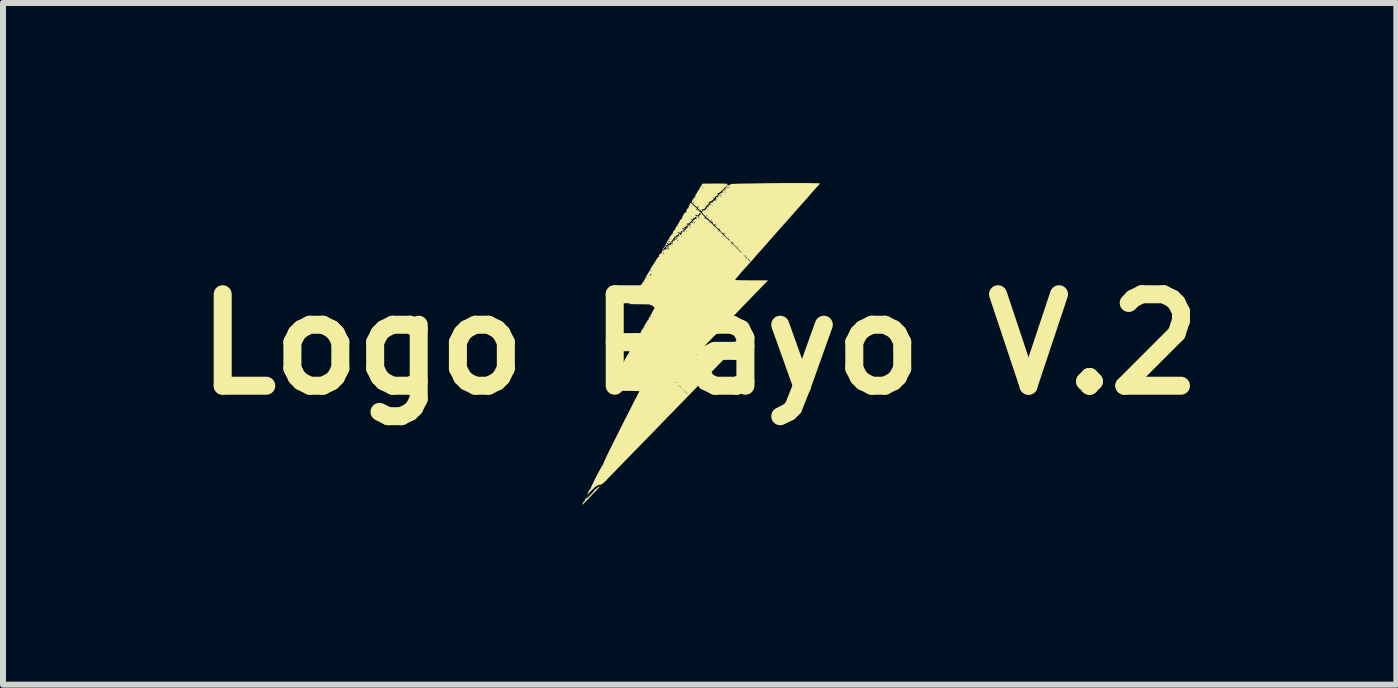
<source format=kicad_pcb>
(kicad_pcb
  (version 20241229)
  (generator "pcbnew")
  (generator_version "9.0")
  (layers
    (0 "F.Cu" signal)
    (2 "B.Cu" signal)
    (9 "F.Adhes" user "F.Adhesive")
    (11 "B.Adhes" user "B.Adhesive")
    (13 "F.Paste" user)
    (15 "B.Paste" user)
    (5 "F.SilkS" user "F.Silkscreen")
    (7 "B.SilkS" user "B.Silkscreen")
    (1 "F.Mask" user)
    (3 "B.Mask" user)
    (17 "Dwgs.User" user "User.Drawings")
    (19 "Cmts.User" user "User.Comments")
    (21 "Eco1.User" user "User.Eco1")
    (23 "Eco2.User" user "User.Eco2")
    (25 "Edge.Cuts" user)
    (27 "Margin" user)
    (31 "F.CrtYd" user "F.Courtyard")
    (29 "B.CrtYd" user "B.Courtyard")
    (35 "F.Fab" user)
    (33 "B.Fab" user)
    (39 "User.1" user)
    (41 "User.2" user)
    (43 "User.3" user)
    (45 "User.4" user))
  (footprint "Logo Rayo V.2"
    (layer "F.Cu")
    (at 8.607 2.687)
    (property "Reference" "Logo Rayo V.2" (at 0 0 0) (layer "F.SilkS") (effects (font (size 1.524 1.524) (thickness 0.3))))
    (attr board_only exclude_from_pos_files exclude_from_bom)
    (fp_poly (pts (xy -1.877 2.538) (xy -1.882 2.543) (xy -1.887 2.538) (xy -1.882 2.534)) (stroke (width 0) (type solid)) (fill yes) (layer "F.SilkS"))
    (fp_poly (pts (xy -1.859 2.52) (xy -1.864 2.525) (xy -1.868 2.52) (xy -1.864 2.515)) (stroke (width 0) (type solid)) (fill yes) (layer "F.SilkS"))
    (fp_poly (pts (xy -0.602 0.433) (xy -0.606 0.437) (xy -0.611 0.433) (xy -0.606 0.428)) (stroke (width 0) (type solid)) (fill yes) (layer "F.SilkS"))
    (fp_poly (pts (xy -0.374 -1.773) (xy -0.378 -1.768) (xy -0.383 -1.773) (xy -0.378 -1.777)) (stroke (width 0) (type solid)) (fill yes) (layer "F.SilkS"))
    (fp_poly (pts (xy -0.155 -1.991) (xy -0.159 -1.987) (xy -0.164 -1.991) (xy -0.159 -1.996)) (stroke (width 0) (type solid)) (fill yes) (layer "F.SilkS"))
    (fp_poly (pts (xy -0.027 -2.283) (xy -0.032 -2.278) (xy -0.036 -2.283) (xy -0.032 -2.288)) (stroke (width 0) (type solid)) (fill yes) (layer "F.SilkS"))
    (fp_poly (pts (xy -0.009 -2.137) (xy -0.014 -2.133) (xy -0.018 -2.137) (xy -0.014 -2.142)) (stroke (width 0) (type solid)) (fill yes) (layer "F.SilkS"))
    (fp_poly (pts (xy 0.237 -2.438) (xy 0.232 -2.433) (xy 0.228 -2.438) (xy 0.232 -2.442)) (stroke (width 0) (type solid)) (fill yes) (layer "F.SilkS"))
    (fp_poly (pts (xy 0.096 -2.285) (xy 0.103 -2.28) (xy 0.117 -2.266) (xy 0.117 -2.26) (xy 0.115 -2.26) (xy 0.107 -2.266) (xy 0.099 -2.276) (xy 0.091 -2.287)) (stroke (width 0) (type solid)) (fill yes) (layer "F.SilkS"))
    (fp_poly (pts (xy 0.271 -2.419) (xy 0.265 -2.413) (xy 0.252 -2.399) (xy 0.246 -2.399) (xy 0.246 -2.4) (xy 0.252 -2.408) (xy 0.262 -2.416) (xy 0.273 -2.424)) (stroke (width 0) (type solid)) (fill yes) (layer "F.SilkS"))
    (fp_poly (pts (xy -0.452 -1.706) (xy -0.454 -1.694) (xy -0.46 -1.687) (xy -0.473 -1.681) (xy -0.478 -1.685) (xy -0.476 -1.697) (xy -0.473 -1.7) (xy -0.465 -1.7) (xy -0.46 -1.695) (xy -0.456 -1.7) (xy -0.46 -1.704) (xy -0.465 -1.7) (xy -0.473 -1.7) (xy -0.47 -1.704) (xy -0.457 -1.709)) (stroke (width 0) (type solid)) (fill yes) (layer "F.SilkS"))
    (fp_poly (pts (xy -0.525 -1.632) (xy -0.526 -1.62) (xy -0.529 -1.618) (xy -0.533 -1.607) (xy -0.527 -1.596) (xy -0.519 -1.586) (xy -0.525 -1.589) (xy -0.529 -1.592) (xy -0.546 -1.598) (xy -0.553 -1.595) (xy -0.559 -1.594) (xy -0.561 -1.608) (xy -0.561 -1.61) (xy -0.554 -1.61) (xy -0.554 -1.604) (xy -0.552 -1.604) (xy -0.545 -1.61) (xy -0.537 -1.62) (xy -0.529 -1.631) (xy -0.533 -1.629) (xy -0.54 -1.623) (xy -0.554 -1.61) (xy -0.561 -1.61) (xy -0.56 -1.624) (xy -0.557 -1.627) (xy -0.548 -1.628) (xy -0.542 -1.632) (xy -0.529 -1.636)) (stroke (width 0) (type solid)) (fill yes) (layer "F.SilkS"))
    (fp_poly (pts (xy -1.668 2.375) (xy -1.674 2.383) (xy -1.691 2.402) (xy -1.717 2.43) (xy -1.75 2.464) (xy -1.789 2.503) (xy -1.797 2.512) (xy -1.837 2.553) (xy -1.873 2.59) (xy -1.902 2.621) (xy -1.923 2.643) (xy -1.934 2.656) (xy -1.935 2.657) (xy -1.945 2.67) (xy -1.952 2.668) (xy -1.951 2.655) (xy -1.946 2.643) (xy -1.934 2.624) (xy -1.924 2.616) (xy -1.923 2.616) (xy -1.916 2.608) (xy -1.909 2.589) (xy -1.909 2.587) (xy -1.903 2.57) (xy -1.897 2.568) (xy -1.896 2.569) (xy -1.888 2.567) (xy -1.871 2.554) (xy -1.848 2.534) (xy -1.822 2.509) (xy -1.796 2.483) (xy -1.773 2.458) (xy -1.757 2.438) (xy -1.75 2.425) (xy -1.75 2.425) (xy -1.743 2.416) (xy -1.738 2.415) (xy -1.725 2.409) (xy -1.707 2.394) (xy -1.706 2.392) (xy -1.686 2.375) (xy -1.673 2.369)) (stroke (width 0) (type solid)) (fill yes) (layer "F.SilkS"))
    (fp_poly (pts (xy 1.708 -2.687) (xy 1.789 -2.687) (xy 1.86 -2.686) (xy 1.918 -2.685) (xy 1.962 -2.684) (xy 1.992 -2.682) (xy 2.005 -2.68) (xy 2.005 -2.68) (xy 1.998 -2.668) (xy 1.993 -2.664) (xy 1.984 -2.655) (xy 1.965 -2.634) (xy 1.938 -2.605) (xy 1.906 -2.57) (xy 1.883 -2.543) (xy 1.843 -2.497) (xy 1.812 -2.461) (xy 1.786 -2.431) (xy 1.762 -2.404) (xy 1.738 -2.377) (xy 1.71 -2.346) (xy 1.677 -2.308) (xy 1.635 -2.261) (xy 1.626 -2.251) (xy 1.589 -2.209) (xy 1.554 -2.169) (xy 1.523 -2.135) (xy 1.501 -2.109) (xy 1.49 -2.097) (xy 1.47 -2.074) (xy 1.444 -2.044) (xy 1.416 -2.013) (xy 1.413 -2.01) (xy 1.37 -1.962) (xy 1.321 -1.907) (xy 1.263 -1.842) (xy 1.197 -1.767) (xy 1.146 -1.709) (xy 1.112 -1.67) (xy 1.08 -1.633) (xy 1.053 -1.603) (xy 1.034 -1.582) (xy 1.029 -1.576) (xy 1.015 -1.561) (xy 0.998 -1.542) (xy 0.976 -1.518) (xy 0.947 -1.485) (xy 0.909 -1.441) (xy 0.889 -1.417) (xy 0.863 -1.388) (xy 0.84 -1.362) (xy 0.824 -1.344) (xy 0.82 -1.34) (xy 0.783 -1.299) (xy 0.747 -1.26) (xy 0.714 -1.224) (xy 0.687 -1.193) (xy 0.668 -1.17) (xy 0.657 -1.157) (xy 0.656 -1.155) (xy 0.65 -1.147) (xy 0.636 -1.13) (xy 0.624 -1.117) (xy 0.606 -1.096) (xy 0.594 -1.08) (xy 0.592 -1.075) (xy 0.601 -1.072) (xy 0.627 -1.07) (xy 0.667 -1.069) (xy 0.721 -1.067) (xy 0.786 -1.067) (xy 0.862 -1.066) (xy 1.139 -1.066) (xy 1.023 -0.946) (xy 0.983 -0.904) (xy 0.943 -0.864) (xy 0.908 -0.828) (xy 0.88 -0.799) (xy 0.866 -0.784) (xy 0.85 -0.768) (xy 0.823 -0.74) (xy 0.787 -0.703) (xy 0.744 -0.658) (xy 0.695 -0.608) (xy 0.643 -0.553) (xy 0.602 -0.51) (xy 0.541 -0.448) (xy 0.477 -0.382) (xy 0.413 -0.315) (xy 0.351 -0.251) (xy 0.295 -0.193) (xy 0.247 -0.144) (xy 0.231 -0.128) (xy 0.153 -0.047) (xy 0.087 0.022) (xy 0.033 0.078) (xy -0.009 0.122) (xy -0.038 0.154) (xy -0.056 0.174) (xy -0.062 0.183) (xy -0.054 0.185) (xy -0.03 0.187) (xy 0.009 0.189) (xy 0.06 0.191) (xy 0.122 0.193) (xy 0.194 0.194) (xy 0.194 0.194) (xy 0.454 0.196) (xy 0.302 0.353) (xy 0.224 0.433) (xy 0.14 0.52) (xy 0.051 0.612) (xy -0.04 0.705) (xy -0.128 0.796) (xy -0.212 0.882) (xy -0.288 0.961) (xy -0.337 1.011) (xy -0.387 1.062) (xy -0.443 1.12) (xy -0.501 1.179) (xy -0.554 1.234) (xy -0.578 1.259) (xy -0.611 1.293) (xy -0.655 1.338) (xy -0.707 1.391) (xy -0.765 1.451) (xy -0.827 1.515) (xy -0.891 1.58) (xy -0.954 1.645) (xy -0.965 1.657) (xy -1.057 1.751) (xy -1.137 1.833) (xy -1.206 1.904) (xy -1.266 1.965) (xy -1.316 2.017) (xy -1.36 2.061) (xy -1.396 2.099) (xy -1.427 2.131) (xy -1.454 2.158) (xy -1.477 2.182) (xy -1.497 2.203) (xy -1.516 2.222) (xy -1.534 2.241) (xy -1.543 2.251) (xy -1.577 2.286) (xy -1.602 2.31) (xy -1.622 2.325) (xy -1.638 2.334) (xy -1.656 2.339) (xy -1.67 2.342) (xy -1.691 2.346) (xy -1.709 2.353) (xy -1.728 2.365) (xy -1.752 2.386) (xy -1.783 2.416) (xy -1.79 2.423) (xy -1.826 2.459) (xy -1.851 2.484) (xy -1.866 2.498) (xy -1.874 2.504) (xy -1.875 2.502) (xy -1.872 2.495) (xy -1.869 2.488) (xy -1.85 2.449) (xy -1.836 2.425) (xy -1.828 2.413) (xy -1.822 2.411) (xy -1.822 2.411) (xy -1.817 2.408) (xy -1.817 2.404) (xy -1.813 2.392) (xy -1.803 2.367) (xy -1.787 2.332) (xy -1.785 2.329) (xy -1.75 2.329) (xy -1.745 2.333) (xy -1.741 2.329) (xy -1.745 2.324) (xy -1.75 2.329) (xy -1.785 2.329) (xy -1.766 2.29) (xy -1.743 2.243) (xy -1.718 2.194) (xy -1.692 2.145) (xy -1.668 2.1) (xy -1.646 2.06) (xy -1.628 2.029) (xy -1.616 2.009) (xy -1.61 2.002) (xy -1.606 2.002) (xy -1.608 1.997) (xy -1.605 1.987) (xy -1.595 1.962) (xy -1.579 1.925) (xy -1.556 1.877) (xy -1.529 1.82) (xy -1.498 1.756) (xy -1.463 1.687) (xy -1.462 1.684) (xy -1.394 1.549) (xy -1.331 1.423) (xy -1.272 1.306) (xy -1.218 1.199) (xy -1.169 1.103) (xy -1.126 1.019) (xy -1.09 0.947) (xy -1.059 0.888) (xy -1.036 0.843) (xy -1.031 0.834) (xy -0.201 0.834) (xy -0.196 0.838) (xy -0.191 0.834) (xy -0.196 0.829) (xy -0.201 0.834) (xy -1.031 0.834) (xy -1.02 0.813) (xy -1.012 0.798) (xy -1.011 0.797) (xy -1.007 0.784) (xy -1.009 0.781) (xy -1.019 0.779) (xy -1.045 0.778) (xy -1.085 0.777) (xy -1.136 0.776) (xy -1.196 0.775) (xy -1.262 0.775) (xy -1.277 0.775) (xy -1.345 0.775) (xy -1.405 0.774) (xy -1.457 0.773) (xy -1.499 0.772) (xy -1.527 0.771) (xy -1.54 0.77) (xy -1.54 0.77) (xy -1.536 0.759) (xy -1.533 0.752) (xy -0.292 0.752) (xy -0.287 0.756) (xy -0.283 0.752) (xy -0.278 0.752) (xy -0.247 0.786) (xy -0.226 0.808) (xy -0.214 0.819) (xy -0.21 0.819) (xy -0.21 0.817) (xy -0.216 0.81) (xy -0.231 0.795) (xy -0.244 0.783) (xy -0.278 0.752) (xy -0.283 0.752) (xy -0.287 0.747) (xy -0.292 0.752) (xy -1.533 0.752) (xy -1.527 0.739) (xy -1.526 0.736) (xy -1.515 0.719) (xy -1.507 0.716) (xy -1.502 0.721) (xy -1.497 0.726) (xy -1.499 0.716) (xy -1.499 0.713) (xy -1.497 0.688) (xy -1.493 0.679) (xy -0.365 0.679) (xy -0.36 0.684) (xy -0.355 0.679) (xy -0.351 0.679) (xy -0.334 0.699) (xy -0.317 0.717) (xy -0.31 0.719) (xy -0.31 0.717) (xy -0.316 0.709) (xy -0.33 0.696) (xy -0.351 0.679) (xy -0.355 0.679) (xy -0.36 0.674) (xy -0.365 0.679) (xy -1.493 0.679) (xy -1.487 0.668) (xy -1.477 0.651) (xy -1.466 0.634) (xy -0.399 0.634) (xy -0.397 0.637) (xy -0.388 0.647) (xy -0.387 0.64) (xy -0.389 0.633) (xy -0.395 0.623) (xy -0.398 0.623) (xy -0.399 0.634) (xy -1.466 0.634) (xy -1.459 0.623) (xy -1.455 0.615) (xy -0.419 0.615) (xy -0.415 0.62) (xy -0.41 0.615) (xy -0.415 0.611) (xy -0.419 0.615) (xy -1.455 0.615) (xy -1.45 0.606) (xy -1.431 0.606) (xy -1.426 0.611) (xy -1.422 0.606) (xy -1.426 0.602) (xy -1.431 0.606) (xy -1.45 0.606) (xy -1.437 0.584) (xy -1.411 0.54) (xy -1.41 0.538) (xy -1.394 0.538) (xy -1.391 0.545) (xy -1.388 0.544) (xy -1.387 0.533) (xy -1.388 0.532) (xy -1.394 0.533) (xy -1.394 0.538) (xy -1.41 0.538) (xy -1.394 0.51) (xy -1.388 0.5) (xy -0.532 0.5) (xy -0.528 0.505) (xy -0.507 0.529) (xy -0.484 0.553) (xy -0.462 0.573) (xy -0.446 0.586) (xy -0.438 0.591) (xy -0.437 0.59) (xy -0.444 0.583) (xy -0.46 0.566) (xy -0.483 0.543) (xy -0.494 0.533) (xy -0.516 0.512) (xy -0.53 0.501) (xy -0.532 0.5) (xy -1.388 0.5) (xy -1.37 0.468) (xy -0.562 0.468) (xy -0.561 0.473) (xy -0.556 0.474) (xy -0.548 0.471) (xy -0.55 0.468) (xy -0.561 0.467) (xy -0.562 0.468) (xy -1.37 0.468) (xy -1.369 0.466) (xy -1.346 0.428) (xy -1.328 0.398) (xy -1.322 0.387) (xy -0.684 0.387) (xy -0.679 0.392) (xy -0.674 0.387) (xy -0.679 0.383) (xy -0.684 0.387) (xy -1.322 0.387) (xy -1.317 0.379) (xy -1.313 0.374) (xy -1.306 0.363) (xy -1.299 0.351) (xy -1.285 0.351) (xy -1.28 0.355) (xy -1.276 0.351) (xy -1.28 0.346) (xy -1.285 0.351) (xy -1.299 0.351) (xy -1.294 0.342) (xy -1.287 0.328) (xy -1.27 0.296) (xy -1.26 0.278) (xy -1.249 0.278) (xy -1.244 0.283) (xy -1.239 0.278) (xy -1.244 0.273) (xy -1.249 0.278) (xy -1.26 0.278) (xy -1.255 0.269) (xy -0.802 0.269) (xy -0.797 0.273) (xy -0.793 0.269) (xy -0.797 0.264) (xy -0.802 0.269) (xy -1.255 0.269) (xy -1.25 0.259) (xy -1.24 0.242) (xy -1.223 0.214) (xy -1.211 0.19) (xy -1.206 0.18) (xy -1.205 0.178) (xy -1.194 0.178) (xy -1.189 0.182) (xy -1.185 0.178) (xy -1.189 0.173) (xy -1.194 0.178) (xy -1.205 0.178) (xy -1.198 0.167) (xy -1.193 0.164) (xy -1.185 0.157) (xy -1.185 0.152) (xy -1.18 0.139) (xy -1.168 0.116) (xy -1.151 0.086) (xy -1.149 0.083) (xy -0.957 0.083) (xy -0.949 0.099) (xy -0.939 0.105) (xy -0.92 0.116) (xy -0.899 0.136) (xy -0.882 0.158) (xy -0.871 0.179) (xy -0.87 0.19) (xy -0.872 0.2) (xy -0.866 0.195) (xy -0.852 0.192) (xy -0.836 0.2) (xy -0.824 0.215) (xy -0.82 0.23) (xy -0.823 0.237) (xy -0.829 0.246) (xy -0.823 0.241) (xy -0.821 0.24) (xy -0.81 0.236) (xy -0.794 0.243) (xy -0.783 0.253) (xy -0.768 0.27) (xy -0.762 0.283) (xy -0.763 0.285) (xy -0.763 0.29) (xy -0.759 0.289) (xy -0.75 0.293) (xy -0.732 0.307) (xy -0.708 0.329) (xy -0.681 0.354) (xy -0.655 0.38) (xy -0.634 0.404) (xy -0.619 0.423) (xy -0.615 0.432) (xy -0.608 0.44) (xy -0.603 0.44) (xy -0.591 0.445) (xy -0.587 0.451) (xy -0.579 0.464) (xy -0.575 0.462) (xy -0.574 0.457) (xy -0.58 0.449) (xy -0.598 0.43) (xy -0.625 0.401) (xy -0.661 0.364) (xy -0.703 0.321) (xy -0.75 0.274) (xy -0.766 0.258) (xy -0.822 0.201) (xy -0.87 0.155) (xy -0.908 0.12) (xy -0.936 0.095) (xy -0.952 0.083) (xy -0.957 0.083) (xy -1.149 0.083) (xy -1.145 0.077) (xy -1.14 0.068) (xy 0.009 0.068) (xy 0.014 0.073) (xy 0.018 0.068) (xy 0.014 0.064) (xy 0.009 0.068) (xy -1.14 0.068) (xy -1.126 0.045) (xy -1.11 0.019) (xy -1.101 0.002) (xy -1.1 -0.000377) (xy -1.09 -0.019) (xy -1.082 -0.032) (xy -1.072 -0.048) (xy -1.057 -0.076) (xy -1.055 -0.079) (xy -1.045 -0.079) (xy -1.044 -0.074) (xy -1.039 -0.073) (xy -1.031 -0.076) (xy -1.033 -0.079) (xy -1.044 -0.08) (xy -1.045 -0.079) (xy -1.055 -0.079) (xy -1.045 -0.096) (xy -1.039 -0.096) (xy -1.034 -0.091) (xy -1.03 -0.096) (xy -1.034 -0.1) (xy -1.039 -0.096) (xy -1.045 -0.096) (xy -1.038 -0.109) (xy -1.035 -0.114) (xy -1.03 -0.114) (xy -1.025 -0.109) (xy -1.021 -0.114) (xy -1.025 -0.118) (xy -1.03 -0.114) (xy -1.035 -0.114) (xy -1.031 -0.121) (xy -1.012 -0.152) (xy -1.007 -0.159) (xy -0.993 -0.159) (xy -0.989 -0.155) (xy -0.984 -0.159) (xy -0.989 -0.164) (xy -0.993 -0.159) (xy -1.007 -0.159) (xy -0.996 -0.176) (xy -0.985 -0.19) (xy -0.983 -0.191) (xy -0.979 -0.198) (xy -0.981 -0.205) (xy -0.981 -0.217) (xy -0.976 -0.219) (xy -0.967 -0.226) (xy -0.966 -0.232) (xy -0.961 -0.245) (xy -0.957 -0.246) (xy -0.948 -0.253) (xy -0.948 -0.255) (xy -0.943 -0.268) (xy -0.936 -0.283) (xy -0.92 -0.283) (xy -0.917 -0.275) (xy -0.914 -0.276) (xy -0.913 -0.287) (xy -0.914 -0.289) (xy -0.92 -0.287) (xy -0.92 -0.283) (xy -0.936 -0.283) (xy -0.932 -0.291) (xy -0.916 -0.319) (xy -0.898 -0.35) (xy -0.88 -0.378) (xy -0.866 -0.399) (xy -0.857 -0.41) (xy -0.855 -0.41) (xy -0.849 -0.416) (xy -0.849 -0.417) (xy -0.848 -0.43) (xy -0.844 -0.445) (xy -0.837 -0.459) (xy -0.827 -0.458) (xy -0.823 -0.454) (xy -0.813 -0.447) (xy -0.814 -0.453) (xy -0.819 -0.463) (xy -0.825 -0.478) (xy -0.823 -0.483) (xy -0.814 -0.49) (xy -0.806 -0.504) (xy -0.792 -0.533) (xy -0.775 -0.565) (xy -0.758 -0.594) (xy -0.745 -0.616) (xy -0.736 -0.627) (xy -0.736 -0.627) (xy -0.73 -0.638) (xy -0.729 -0.648) (xy -0.73 -0.653) (xy -0.734 -0.657) (xy -0.743 -0.66) (xy -0.76 -0.663) (xy -0.786 -0.664) (xy -0.823 -0.666) (xy -0.874 -0.666) (xy -0.942 -0.667) (xy -0.952 -0.667) (xy -1.174 -0.67) (xy -1.138 -0.725) (xy -1.119 -0.754) (xy -1.104 -0.778) (xy -1.096 -0.793) (xy -1.096 -0.793) (xy -1.088 -0.808) (xy -1.073 -0.831) (xy -1.06 -0.85) (xy -1.044 -0.876) (xy -1.033 -0.897) (xy -1.03 -0.907) (xy -1.023 -0.919) (xy -1.016 -0.92) (xy -1.01 -0.925) (xy -0.957 -0.925) (xy -0.952 -0.92) (xy -0.948 -0.925) (xy -0.952 -0.93) (xy -0.957 -0.925) (xy -1.01 -0.925) (xy -1.007 -0.927) (xy -1.008 -0.933) (xy -1.006 -0.943) (xy -0.993 -0.943) (xy -0.989 -0.939) (xy -0.984 -0.943) (xy -0.989 -0.948) (xy -0.993 -0.943) (xy -1.006 -0.943) (xy -1.006 -0.948) (xy -1.001 -0.954) (xy -0.972 -0.954) (xy -0.971 -0.948) (xy -0.966 -0.948) (xy -0.959 -0.951) (xy -0.96 -0.954) (xy -0.971 -0.955) (xy -0.972 -0.954) (xy -1.001 -0.954) (xy -0.998 -0.957) (xy -0.987 -0.972) (xy -0.984 -0.981) (xy -0.98 -0.992) (xy -0.976 -0.993) (xy -0.971 -0.998) (xy -0.957 -0.998) (xy -0.952 -0.993) (xy -0.948 -0.998) (xy -0.952 -1.003) (xy -0.957 -0.998) (xy -0.971 -0.998) (xy -0.968 -1.001) (xy -0.958 -1.019) (xy -0.957 -1.021) (xy -0.954 -1.025) (xy 1.057 -1.025) (xy 1.062 -1.021) (xy 1.066 -1.025) (xy 1.062 -1.03) (xy 1.057 -1.025) (xy -0.954 -1.025) (xy -0.946 -1.039) (xy -0.935 -1.045) (xy -0.934 -1.045) (xy -0.926 -1.047) (xy -0.928 -1.059) (xy -0.929 -1.072) (xy -0.921 -1.071) (xy -0.921 -1.071) (xy -0.913 -1.068) (xy -0.915 -1.074) (xy -0.914 -1.087) (xy -0.903 -1.11) (xy -0.903 -1.112) (xy -0.889 -1.112) (xy -0.888 -1.103) (xy -0.885 -1.103) (xy -0.878 -1.107) (xy 0.583 -1.107) (xy 0.588 -1.103) (xy 0.592 -1.107) (xy 0.588 -1.112) (xy 0.583 -1.107) (xy -0.878 -1.107) (xy -0.875 -1.109) (xy -0.875 -1.112) (xy -0.878 -1.121) (xy -0.879 -1.121) (xy -0.887 -1.115) (xy -0.889 -1.112) (xy -0.903 -1.112) (xy -0.886 -1.142) (xy -0.885 -1.144) (xy -0.838 -1.144) (xy -0.834 -1.139) (xy -0.829 -1.144) (xy -0.834 -1.148) (xy -0.838 -1.144) (xy -0.885 -1.144) (xy -0.878 -1.155) (xy -0.868 -1.171) (xy -0.829 -1.171) (xy -0.824 -1.161) (xy -0.814 -1.15) (xy -0.805 -1.143) (xy -0.804 -1.143) (xy -0.805 -1.153) (xy -0.807 -1.161) (xy -0.816 -1.172) (xy -0.825 -1.176) (xy -0.829 -1.171) (xy -0.868 -1.171) (xy -0.856 -1.19) (xy -0.837 -1.223) (xy -0.835 -1.226) (xy -0.818 -1.226) (xy -0.816 -1.222) (xy -0.807 -1.212) (xy -0.806 -1.219) (xy -0.808 -1.226) (xy -0.815 -1.236) (xy -0.818 -1.236) (xy -0.818 -1.226) (xy -0.835 -1.226) (xy -0.823 -1.247) (xy -0.82 -1.253) (xy -0.807 -1.277) (xy -0.788 -1.307) (xy -0.779 -1.321) (xy -0.758 -1.353) (xy -0.752 -1.363) (xy -0.738 -1.363) (xy -0.734 -1.358) (xy -0.729 -1.363) (xy -0.734 -1.367) (xy -0.738 -1.363) (xy -0.752 -1.363) (xy -0.735 -1.39) (xy -0.72 -1.414) (xy -0.714 -1.424) (xy 0.802 -1.424) (xy 0.808 -1.412) (xy 0.822 -1.395) (xy 0.837 -1.381) (xy 0.846 -1.376) (xy 0.844 -1.382) (xy 0.833 -1.397) (xy 0.829 -1.401) (xy 0.814 -1.419) (xy 0.805 -1.429) (xy 0.804 -1.43) (xy 0.802 -1.427) (xy 0.802 -1.424) (xy -0.714 -1.424) (xy -0.7 -1.445) (xy -0.685 -1.459) (xy -0.675 -1.461) (xy -0.666 -1.459) (xy -0.673 -1.465) (xy -0.681 -1.477) (xy -0.676 -1.491) (xy -0.673 -1.494) (xy 0.728 -1.494) (xy 0.73 -1.49) (xy 0.747 -1.47) (xy 0.759 -1.46) (xy 0.77 -1.448) (xy 0.771 -1.441) (xy 0.774 -1.435) (xy 0.78 -1.434) (xy 0.792 -1.435) (xy 0.793 -1.435) (xy 0.787 -1.441) (xy 0.771 -1.457) (xy 0.755 -1.472) (xy 0.745 -1.481) (xy 0.775 -1.481) (xy 0.779 -1.476) (xy 0.784 -1.481) (xy 0.779 -1.486) (xy 0.775 -1.481) (xy 0.745 -1.481) (xy 0.737 -1.488) (xy 0.728 -1.494) (xy -0.673 -1.494) (xy -0.668 -1.501) (xy -0.665 -1.499) (xy -0.661 -1.499) (xy -0.653 -1.511) (xy -0.616 -1.511) (xy -0.614 -1.507) (xy -0.607 -1.507) (xy -0.591 -1.512) (xy -0.587 -1.515) (xy -0.589 -1.519) (xy -0.596 -1.519) (xy -0.612 -1.513) (xy -0.616 -1.511) (xy -0.653 -1.511) (xy -0.652 -1.512) (xy -0.652 -1.513) (xy -0.642 -1.526) (xy -0.638 -1.523) (xy -0.638 -1.522) (xy -0.636 -1.513) (xy -0.63 -1.52) (xy -0.629 -1.522) (xy -0.627 -1.537) (xy -0.608 -1.537) (xy -0.606 -1.532) (xy -0.602 -1.531) (xy -0.594 -1.534) (xy -0.595 -1.537) (xy -0.606 -1.538) (xy -0.608 -1.537) (xy -0.627 -1.537) (xy -0.627 -1.54) (xy -0.631 -1.547) (xy -0.635 -1.555) (xy -0.626 -1.553) (xy -0.613 -1.553) (xy -0.611 -1.557) (xy -0.617 -1.567) (xy -0.62 -1.568) (xy -0.622 -1.574) (xy -0.619 -1.579) (xy -0.609 -1.579) (xy -0.608 -1.569) (xy -0.605 -1.565) (xy -0.595 -1.559) (xy -0.596 -1.566) (xy -0.597 -1.568) (xy -0.595 -1.577) (xy -0.591 -1.578) (xy -0.573 -1.58) (xy -0.57 -1.581) (xy -0.554 -1.586) (xy -0.55 -1.588) (xy -0.537 -1.589) (xy -0.533 -1.586) (xy -0.522 -1.581) (xy -0.518 -1.582) (xy -0.515 -1.592) (xy -0.519 -1.599) (xy -0.525 -1.612) (xy -0.519 -1.618) (xy -0.514 -1.627) (xy -0.519 -1.636) (xy -0.523 -1.647) (xy -0.519 -1.65) (xy -0.453 -1.65) (xy -0.452 -1.65) (xy -0.444 -1.656) (xy -0.442 -1.659) (xy -0.441 -1.663) (xy 0.519 -1.663) (xy 0.524 -1.659) (xy 0.529 -1.663) (xy 0.524 -1.668) (xy 0.519 -1.663) (xy -0.441 -1.663) (xy -0.44 -1.667) (xy -0.441 -1.668) (xy -0.449 -1.661) (xy -0.451 -1.659) (xy -0.453 -1.65) (xy -0.519 -1.65) (xy -0.514 -1.653) (xy -0.497 -1.655) (xy -0.491 -1.653) (xy -0.485 -1.653) (xy -0.485 -1.656) (xy -0.483 -1.663) (xy -0.482 -1.663) (xy -0.471 -1.669) (xy -0.457 -1.681) (xy -0.444 -1.697) (xy -0.447 -1.709) (xy -0.447 -1.711) (xy 0.51 -1.711) (xy 0.516 -1.704) (xy 0.533 -1.686) (xy 0.557 -1.661) (xy 0.586 -1.632) (xy 0.617 -1.601) (xy 0.648 -1.571) (xy 0.675 -1.544) (xy 0.696 -1.525) (xy 0.708 -1.514) (xy 0.71 -1.513) (xy 0.707 -1.519) (xy 0.694 -1.534) (xy 0.683 -1.546) (xy 0.675 -1.554) (xy 0.702 -1.554) (xy 0.706 -1.549) (xy 0.711 -1.554) (xy 0.706 -1.558) (xy 0.702 -1.554) (xy 0.675 -1.554) (xy 0.661 -1.568) (xy 0.632 -1.598) (xy 0.621 -1.609) (xy 0.647 -1.609) (xy 0.652 -1.604) (xy 0.656 -1.609) (xy 0.652 -1.613) (xy 0.647 -1.609) (xy 0.621 -1.609) (xy 0.601 -1.628) (xy 0.595 -1.634) (xy 0.591 -1.638) (xy 0.621 -1.638) (xy 0.623 -1.633) (xy 0.633 -1.623) (xy 0.638 -1.625) (xy 0.638 -1.626) (xy 0.631 -1.634) (xy 0.627 -1.637) (xy 0.621 -1.638) (xy 0.591 -1.638) (xy 0.57 -1.66) (xy 0.552 -1.681) (xy 0.552 -1.681) (xy 0.574 -1.681) (xy 0.579 -1.677) (xy 0.583 -1.681) (xy 0.579 -1.686) (xy 0.574 -1.681) (xy 0.552 -1.681) (xy 0.544 -1.694) (xy 0.543 -1.697) (xy 0.554 -1.7) (xy 0.558 -1.698) (xy 0.563 -1.698) (xy 0.561 -1.704) (xy 0.551 -1.71) (xy 0.544 -1.705) (xy 0.531 -1.701) (xy 0.522 -1.706) (xy 0.512 -1.712) (xy 0.51 -1.711) (xy -0.447 -1.711) (xy -0.448 -1.72) (xy -0.444 -1.723) (xy -0.381 -1.723) (xy -0.379 -1.722) (xy -0.371 -1.729) (xy -0.369 -1.732) (xy -0.368 -1.736) (xy 0.447 -1.736) (xy 0.451 -1.732) (xy 0.456 -1.736) (xy 0.451 -1.741) (xy 0.447 -1.736) (xy -0.368 -1.736) (xy -0.367 -1.74) (xy -0.368 -1.741) (xy -0.376 -1.734) (xy -0.378 -1.732) (xy -0.381 -1.723) (xy -0.444 -1.723) (xy -0.438 -1.728) (xy -0.423 -1.728) (xy -0.416 -1.725) (xy -0.412 -1.726) (xy -0.418 -1.734) (xy -0.425 -1.745) (xy -0.417 -1.747) (xy -0.412 -1.746) (xy -0.392 -1.749) (xy -0.378 -1.76) (xy -0.368 -1.772) (xy -0.368 -1.777) (xy -0.38 -1.777) (xy -0.387 -1.77) (xy -0.387 -1.769) (xy -0.392 -1.756) (xy -0.404 -1.758) (xy -0.41 -1.764) (xy -0.417 -1.774) (xy -0.414 -1.776) (xy -0.401 -1.779) (xy -0.382 -1.789) (xy -0.381 -1.79) (xy -0.36 -1.8) (xy -0.344 -1.799) (xy -0.337 -1.796) (xy -0.337 -1.796) (xy -0.308 -1.796) (xy -0.306 -1.795) (xy -0.298 -1.802) (xy -0.296 -1.805) (xy -0.294 -1.811) (xy 0.375 -1.811) (xy 0.377 -1.806) (xy 0.387 -1.796) (xy 0.392 -1.798) (xy 0.392 -1.799) (xy 0.385 -1.807) (xy 0.381 -1.81) (xy 0.375 -1.811) (xy -0.294 -1.811) (xy -0.294 -1.813) (xy -0.295 -1.814) (xy -0.303 -1.807) (xy -0.305 -1.805) (xy -0.308 -1.796) (xy -0.337 -1.796) (xy -0.342 -1.804) (xy -0.344 -1.806) (xy -0.352 -1.819) (xy -0.345 -1.825) (xy -0.344 -1.825) (xy -0.338 -1.833) (xy -0.34 -1.837) (xy -0.351 -1.838) (xy -0.359 -1.83) (xy -0.373 -1.817) (xy -0.38 -1.814) (xy -0.393 -1.807) (xy -0.401 -1.8) (xy -0.414 -1.791) (xy -0.422 -1.792) (xy -0.427 -1.793) (xy -0.425 -1.789) (xy -0.427 -1.776) (xy -0.439 -1.755) (xy -0.457 -1.731) (xy -0.479 -1.708) (xy -0.483 -1.705) (xy -0.495 -1.689) (xy -0.497 -1.678) (xy -0.498 -1.673) (xy -0.51 -1.675) (xy -0.527 -1.683) (xy -0.535 -1.689) (xy -0.545 -1.692) (xy -0.547 -1.688) (xy -0.54 -1.674) (xy -0.538 -1.672) (xy -0.529 -1.661) (xy -0.533 -1.653) (xy -0.544 -1.654) (xy -0.555 -1.656) (xy -0.554 -1.654) (xy -0.557 -1.645) (xy -0.569 -1.628) (xy -0.58 -1.616) (xy -0.6 -1.593) (xy -0.609 -1.579) (xy -0.619 -1.579) (xy -0.614 -1.589) (xy -0.601 -1.608) (xy -0.586 -1.627) (xy -0.575 -1.638) (xy -0.566 -1.647) (xy -0.568 -1.649) (xy -0.568 -1.657) (xy -0.56 -1.676) (xy -0.546 -1.703) (xy -0.519 -1.703) (xy -0.514 -1.699) (xy -0.506 -1.704) (xy -0.496 -1.716) (xy -0.496 -1.72) (xy -0.506 -1.72) (xy -0.517 -1.711) (xy -0.519 -1.703) (xy -0.546 -1.703) (xy -0.546 -1.703) (xy -0.529 -1.732) (xy -0.52 -1.746) (xy -0.518 -1.75) (xy -0.51 -1.75) (xy -0.507 -1.742) (xy -0.504 -1.744) (xy -0.503 -1.754) (xy -0.474 -1.754) (xy -0.469 -1.75) (xy -0.465 -1.754) (xy -0.469 -1.759) (xy -0.474 -1.754) (xy -0.503 -1.754) (xy -0.503 -1.755) (xy -0.504 -1.756) (xy -0.51 -1.755) (xy -0.51 -1.75) (xy -0.518 -1.75) (xy -0.506 -1.771) (xy -0.49 -1.798) (xy -0.473 -1.823) (xy -0.459 -1.839) (xy -0.451 -1.843) (xy -0.451 -1.843) (xy -0.447 -1.844) (xy -0.449 -1.85) (xy -0.448 -1.858) (xy -0.365 -1.858) (xy -0.361 -1.852) (xy -0.358 -1.853) (xy -0.348 -1.853) (xy -0.335 -1.843) (xy -0.326 -1.83) (xy -0.325 -1.819) (xy -0.326 -1.814) (xy -0.323 -1.817) (xy -0.314 -1.832) (xy -0.314 -1.835) (xy -0.307 -1.843) (xy -0.302 -1.843) (xy -0.295 -1.846) (xy -0.296 -1.85) (xy -0.296 -1.864) (xy -0.294 -1.869) (xy -0.235 -1.869) (xy -0.233 -1.868) (xy -0.225 -1.875) (xy -0.223 -1.877) (xy -0.222 -1.884) (xy 0.302 -1.884) (xy 0.304 -1.879) (xy 0.314 -1.869) (xy 0.319 -1.871) (xy 0.319 -1.872) (xy 0.313 -1.88) (xy 0.308 -1.883) (xy 0.302 -1.884) (xy -0.222 -1.884) (xy -0.221 -1.886) (xy -0.222 -1.887) (xy -0.231 -1.88) (xy -0.232 -1.877) (xy -0.235 -1.869) (xy -0.294 -1.869) (xy -0.291 -1.873) (xy -0.284 -1.887) (xy -0.286 -1.893) (xy -0.296 -1.893) (xy -0.308 -1.883) (xy -0.316 -1.87) (xy -0.315 -1.863) (xy -0.316 -1.855) (xy -0.328 -1.858) (xy -0.334 -1.86) (xy -0.354 -1.867) (xy -0.363 -1.867) (xy -0.365 -1.859) (xy -0.365 -1.858) (xy -0.448 -1.858) (xy -0.447 -1.865) (xy -0.438 -1.884) (xy -0.426 -1.901) (xy -0.414 -1.909) (xy -0.41 -1.909) (xy -0.405 -1.911) (xy -0.407 -1.918) (xy -0.405 -1.931) (xy -0.405 -1.932) (xy -0.292 -1.932) (xy -0.286 -1.926) (xy -0.284 -1.927) (xy -0.272 -1.925) (xy -0.26 -1.915) (xy -0.251 -1.899) (xy -0.255 -1.891) (xy -0.263 -1.893) (xy -0.264 -1.9) (xy -0.269 -1.912) (xy -0.273 -1.914) (xy -0.282 -1.908) (xy -0.279 -1.897) (xy -0.273 -1.891) (xy -0.269 -1.88) (xy -0.27 -1.875) (xy -0.269 -1.872) (xy -0.258 -1.88) (xy -0.257 -1.881) (xy -0.244 -1.897) (xy -0.24 -1.908) (xy -0.235 -1.917) (xy -0.231 -1.917) (xy -0.223 -1.922) (xy -0.222 -1.93) (xy -0.217 -1.942) (xy -0.162 -1.942) (xy -0.161 -1.941) (xy -0.152 -1.948) (xy -0.15 -1.95) (xy -0.149 -1.955) (xy 0.228 -1.955) (xy 0.232 -1.95) (xy 0.237 -1.955) (xy 0.232 -1.959) (xy 0.228 -1.955) (xy -0.149 -1.955) (xy -0.148 -1.959) (xy -0.149 -1.959) (xy -0.158 -1.953) (xy -0.159 -1.95) (xy -0.162 -1.942) (xy -0.217 -1.942) (xy -0.216 -1.943) (xy -0.207 -1.944) (xy -0.196 -1.946) (xy -0.201 -1.955) (xy -0.205 -1.964) (xy -0.194 -1.964) (xy -0.177 -1.967) (xy -0.16 -1.977) (xy -0.151 -1.99) (xy -0.151 -1.997) (xy -0.162 -2.001) (xy -0.167 -1.999) (xy -0.169 -2) (xy -0.159 -2.011) (xy -0.155 -2.016) (xy -0.138 -2.029) (xy -0.125 -2.034) (xy -0.12 -2.031) (xy -0.123 -2.023) (xy -0.127 -2.014) (xy -0.126 -2.015) (xy -0.089 -2.015) (xy -0.088 -2.014) (xy -0.079 -2.021) (xy -0.077 -2.023) (xy -0.076 -2.03) (xy 0.156 -2.03) (xy 0.159 -2.025) (xy 0.168 -2.015) (xy 0.173 -2.017) (xy 0.173 -2.018) (xy 0.167 -2.026) (xy 0.163 -2.029) (xy 0.156 -2.03) (xy -0.076 -2.03) (xy -0.075 -2.032) (xy -0.076 -2.032) (xy -0.085 -2.026) (xy -0.087 -2.023) (xy -0.089 -2.015) (xy -0.126 -2.015) (xy -0.12 -2.018) (xy -0.104 -2.034) (xy -0.095 -2.044) (xy -0.08 -2.06) (xy -0.078 -2.065) (xy -0.087 -2.057) (xy -0.092 -2.052) (xy -0.11 -2.04) (xy -0.121 -2.039) (xy -0.122 -2.04) (xy -0.12 -2.051) (xy -0.106 -2.066) (xy -0.088 -2.081) (xy -0.075 -2.088) (xy -0.016 -2.088) (xy -0.015 -2.087) (xy -0.006 -2.093) (xy -0.005 -2.096) (xy -0.002 -2.105) (xy -0.003 -2.105) (xy -0.012 -2.099) (xy -0.014 -2.096) (xy -0.016 -2.088) (xy -0.075 -2.088) (xy -0.069 -2.091) (xy -0.057 -2.092) (xy -0.048 -2.09) (xy -0.053 -2.099) (xy -0.054 -2.1) (xy -0.06 -2.111) (xy -0.053 -2.117) (xy -0.046 -2.125) (xy -0.049 -2.129) (xy -0.059 -2.129) (xy -0.068 -2.121) (xy -0.084 -2.108) (xy -0.094 -2.105) (xy -0.107 -2.098) (xy -0.109 -2.091) (xy -0.115 -2.081) (xy -0.128 -2.082) (xy -0.142 -2.083) (xy -0.146 -2.079) (xy -0.141 -2.07) (xy -0.139 -2.07) (xy -0.127 -2.07) (xy -0.128 -2.063) (xy -0.143 -2.047) (xy -0.154 -2.037) (xy -0.181 -2.016) (xy -0.2 -2.01) (xy -0.204 -2.01) (xy -0.216 -2.011) (xy -0.219 -2.006) (xy -0.214 -1.997) (xy -0.212 -1.997) (xy -0.198 -1.996) (xy -0.179 -1.99) (xy -0.168 -1.988) (xy -0.167 -1.981) (xy -0.169 -1.977) (xy -0.179 -1.973) (xy -0.189 -1.979) (xy -0.202 -1.985) (xy -0.213 -1.976) (xy -0.214 -1.975) (xy -0.23 -1.962) (xy -0.24 -1.959) (xy -0.254 -1.955) (xy -0.251 -1.942) (xy -0.244 -1.933) (xy -0.239 -1.927) (xy -0.247 -1.928) (xy -0.258 -1.932) (xy -0.28 -1.939) (xy -0.289 -1.94) (xy -0.292 -1.934) (xy -0.292 -1.932) (xy -0.405 -1.932) (xy -0.397 -1.949) (xy -0.386 -1.965) (xy -0.376 -1.974) (xy -0.372 -1.973) (xy -0.369 -1.977) (xy -0.367 -1.987) (xy -0.36 -2.008) (xy -0.351 -2.019) (xy -0.34 -2.035) (xy -0.337 -2.043) (xy -0.332 -2.057) (xy -0.32 -2.074) (xy -0.307 -2.086) (xy -0.297 -2.089) (xy -0.296 -2.089) (xy -0.293 -2.089) (xy -0.295 -2.093) (xy -0.293 -2.105) (xy -0.285 -2.129) (xy -0.274 -2.151) (xy -0.073 -2.151) (xy -0.068 -2.143) (xy -0.066 -2.143) (xy -0.053 -2.141) (xy -0.039 -2.137) (xy -0.024 -2.13) (xy -0.026 -2.12) (xy -0.029 -2.116) (xy -0.034 -2.108) (xy -0.027 -2.112) (xy -0.022 -2.117) (xy -0.009 -2.135) (xy -0.005 -2.149) (xy 0.002 -2.161) (xy 0.014 -2.162) (xy 0.025 -2.162) (xy 0.02 -2.167) (xy 0.019 -2.168) (xy 0.012 -2.181) (xy 0.014 -2.189) (xy 0.016 -2.195) (xy 0.007 -2.189) (xy 0.004 -2.187) (xy -0.017 -2.168) (xy -0.023 -2.154) (xy -0.022 -2.149) (xy -0.026 -2.147) (xy -0.041 -2.151) (xy -0.041 -2.151) (xy -0.062 -2.158) (xy -0.071 -2.159) (xy -0.073 -2.152) (xy -0.073 -2.151) (xy -0.274 -2.151) (xy -0.273 -2.154) (xy -0.255 -2.183) (xy -0.242 -2.197) (xy -0.231 -2.199) (xy -0.23 -2.199) (xy -0.22 -2.198) (xy -0.222 -2.209) (xy -0.222 -2.21) (xy -0.222 -2.226) (xy -0.215 -2.245) (xy -0.205 -2.261) (xy -0.194 -2.266) (xy -0.192 -2.265) (xy -0.186 -2.269) (xy -0.185 -2.281) (xy -0.18 -2.303) (xy -0.176 -2.31) (xy -0.164 -2.31) (xy -0.159 -2.306) (xy -0.155 -2.31) (xy -0.159 -2.315) (xy -0.164 -2.31) (xy -0.176 -2.31) (xy -0.172 -2.319) (xy -0.137 -2.319) (xy -0.132 -2.315) (xy -0.128 -2.319) (xy -0.132 -2.324) (xy -0.137 -2.319) (xy -0.172 -2.319) (xy -0.168 -2.328) (xy -0.167 -2.331) (xy -0.149 -2.361) (xy -0.102 -2.314) (xy -0.073 -2.287) (xy -0.052 -2.275) (xy -0.044 -2.275) (xy -0.04 -2.274) (xy -0.048 -2.263) (xy -0.048 -2.263) (xy -0.059 -2.247) (xy -0.055 -2.238) (xy -0.054 -2.237) (xy -0.047 -2.235) (xy -0.049 -2.241) (xy -0.05 -2.25) (xy -0.046 -2.251) (xy -0.035 -2.245) (xy -0.017 -2.229) (xy 0.006 -2.207) (xy 0.032 -2.181) (xy 0.056 -2.155) (xy 0.075 -2.133) (xy 0.088 -2.116) (xy 0.09 -2.109) (xy 0.082 -2.098) (xy 0.086 -2.088) (xy 0.091 -2.087) (xy 0.098 -2.092) (xy 0.098 -2.094) (xy 0.103 -2.102) (xy 0.105 -2.103) (xy 0.113 -2.098) (xy 0.114 -2.094) (xy 0.121 -2.082) (xy 0.138 -2.067) (xy 0.141 -2.065) (xy 0.156 -2.053) (xy 0.181 -2.031) (xy 0.214 -1.999) (xy 0.253 -1.961) (xy 0.297 -1.919) (xy 0.324 -1.893) (xy 0.38 -1.837) (xy 0.425 -1.793) (xy 0.459 -1.761) (xy 0.483 -1.74) (xy 0.498 -1.729) (xy 0.506 -1.727) (xy 0.506 -1.733) (xy 0.505 -1.736) (xy 0.496 -1.747) (xy 0.492 -1.747) (xy 0.483 -1.752) (xy 0.465 -1.768) (xy 0.449 -1.784) (xy 0.475 -1.784) (xy 0.478 -1.779) (xy 0.487 -1.769) (xy 0.492 -1.771) (xy 0.492 -1.772) (xy 0.486 -1.78) (xy 0.482 -1.783) (xy 0.475 -1.784) (xy 0.449 -1.784) (xy 0.442 -1.79) (xy 0.439 -1.793) (xy 0.415 -1.819) (xy 0.409 -1.827) (xy 0.428 -1.827) (xy 0.433 -1.823) (xy 0.437 -1.827) (xy 0.433 -1.832) (xy 0.428 -1.827) (xy 0.409 -1.827) (xy 0.403 -1.835) (xy 0.402 -1.842) (xy 0.411 -1.842) (xy 0.413 -1.842) (xy 0.416 -1.846) (xy 0.415 -1.85) (xy 0.404 -1.855) (xy 0.398 -1.851) (xy 0.386 -1.851) (xy 0.367 -1.864) (xy 0.354 -1.878) (xy 0.334 -1.9) (xy 0.334 -1.9) (xy 0.355 -1.9) (xy 0.36 -1.896) (xy 0.365 -1.9) (xy 0.36 -1.905) (xy 0.355 -1.9) (xy 0.334 -1.9) (xy 0.327 -1.912) (xy 0.332 -1.916) (xy 0.34 -1.915) (xy 0.343 -1.919) (xy 0.342 -1.923) (xy 0.331 -1.928) (xy 0.325 -1.924) (xy 0.313 -1.924) (xy 0.293 -1.939) (xy 0.281 -1.95) (xy 0.263 -1.972) (xy 0.254 -1.987) (xy 0.256 -1.993) (xy 0.267 -1.988) (xy 0.277 -1.98) (xy 0.29 -1.969) (xy 0.29 -1.971) (xy 0.279 -1.984) (xy 0.263 -1.998) (xy 0.25 -1.996) (xy 0.239 -1.995) (xy 0.228 -2.005) (xy 0.283 -2.005) (xy 0.286 -1.998) (xy 0.289 -1.999) (xy 0.29 -2.01) (xy 0.289 -2.011) (xy 0.283 -2.01) (xy 0.283 -2.005) (xy 0.228 -2.005) (xy 0.226 -2.007) (xy 0.216 -2.023) (xy 0.214 -2.04) (xy 0.215 -2.044) (xy 0.218 -2.051) (xy 0.21 -2.044) (xy 0.202 -2.042) (xy 0.19 -2.048) (xy 0.17 -2.063) (xy 0.162 -2.071) (xy 0.186 -2.071) (xy 0.187 -2.068) (xy 0.195 -2.06) (xy 0.197 -2.07) (xy 0.197 -2.073) (xy 0.193 -2.082) (xy 0.19 -2.081) (xy 0.186 -2.071) (xy 0.162 -2.071) (xy 0.142 -2.089) (xy 0.115 -2.115) (xy 0.111 -2.119) (xy 0.137 -2.119) (xy 0.141 -2.114) (xy 0.146 -2.119) (xy 0.141 -2.124) (xy 0.137 -2.119) (xy 0.111 -2.119) (xy 0.087 -2.144) (xy 0.113 -2.144) (xy 0.114 -2.141) (xy 0.122 -2.133) (xy 0.124 -2.143) (xy 0.125 -2.146) (xy 0.121 -2.155) (xy 0.117 -2.154) (xy 0.113 -2.144) (xy 0.087 -2.144) (xy 0.078 -2.152) (xy 0.053 -2.179) (xy 0.04 -2.196) (xy 0.036 -2.206) (xy 0.041 -2.21) (xy 0.046 -2.21) (xy 0.053 -2.216) (xy 0.052 -2.218) (xy 0.057 -2.228) (xy 0.067 -2.233) (xy 0.13 -2.233) (xy 0.131 -2.233) (xy 0.139 -2.239) (xy 0.141 -2.242) (xy 0.144 -2.251) (xy 0.142 -2.251) (xy 0.134 -2.245) (xy 0.132 -2.242) (xy 0.13 -2.233) (xy 0.067 -2.233) (xy 0.071 -2.236) (xy 0.087 -2.239) (xy 0.091 -2.237) (xy 0.098 -2.238) (xy 0.098 -2.243) (xy 0.103 -2.254) (xy 0.109 -2.255) (xy 0.12 -2.263) (xy 0.12 -2.278) (xy 0.119 -2.293) (xy 0.125 -2.293) (xy 0.132 -2.288) (xy 0.144 -2.28) (xy 0.146 -2.284) (xy 0.145 -2.288) (xy 0.146 -2.306) (xy 0.203 -2.306) (xy 0.204 -2.306) (xy 0.212 -2.312) (xy 0.214 -2.315) (xy 0.216 -2.323) (xy 0.215 -2.324) (xy 0.207 -2.318) (xy 0.205 -2.315) (xy 0.203 -2.306) (xy 0.146 -2.306) (xy 0.146 -2.308) (xy 0.154 -2.323) (xy 0.165 -2.326) (xy 0.168 -2.324) (xy 0.181 -2.321) (xy 0.192 -2.331) (xy 0.2 -2.342) (xy 0.196 -2.34) (xy 0.191 -2.335) (xy 0.175 -2.328) (xy 0.169 -2.334) (xy 0.176 -2.349) (xy 0.179 -2.353) (xy 0.193 -2.364) (xy 0.206 -2.359) (xy 0.207 -2.359) (xy 0.215 -2.354) (xy 0.214 -2.363) (xy 0.214 -2.363) (xy 0.216 -2.376) (xy 0.219 -2.379) (xy 0.276 -2.379) (xy 0.277 -2.379) (xy 0.285 -2.385) (xy 0.287 -2.388) (xy 0.289 -2.396) (xy 0.288 -2.397) (xy 0.28 -2.39) (xy 0.278 -2.388) (xy 0.276 -2.379) (xy 0.219 -2.379) (xy 0.228 -2.388) (xy 0.241 -2.394) (xy 0.248 -2.392) (xy 0.256 -2.395) (xy 0.271 -2.408) (xy 0.274 -2.412) (xy 0.286 -2.426) (xy 0.287 -2.431) (xy 0.285 -2.43) (xy 0.272 -2.43) (xy 0.269 -2.433) (xy 0.271 -2.443) (xy 0.284 -2.452) (xy 0.349 -2.452) (xy 0.35 -2.452) (xy 0.358 -2.458) (xy 0.36 -2.461) (xy 0.362 -2.469) (xy 0.361 -2.47) (xy 0.353 -2.463) (xy 0.351 -2.461) (xy 0.349 -2.452) (xy 0.284 -2.452) (xy 0.284 -2.452) (xy 0.301 -2.457) (xy 0.312 -2.455) (xy 0.319 -2.453) (xy 0.312 -2.461) (xy 0.309 -2.47) (xy 0.33 -2.47) (xy 0.339 -2.476) (xy 0.351 -2.488) (xy 0.361 -2.501) (xy 0.363 -2.506) (xy 0.354 -2.5) (xy 0.342 -2.488) (xy 0.331 -2.475) (xy 0.33 -2.47) (xy 0.309 -2.47) (xy 0.308 -2.471) (xy 0.315 -2.484) (xy 0.333 -2.504) (xy 0.359 -2.525) (xy 0.359 -2.525) (xy 0.421 -2.525) (xy 0.423 -2.525) (xy 0.431 -2.531) (xy 0.433 -2.534) (xy 0.435 -2.542) (xy 0.434 -2.543) (xy 0.426 -2.536) (xy 0.424 -2.534) (xy 0.421 -2.525) (xy 0.359 -2.525) (xy 0.378 -2.53) (xy 0.381 -2.529) (xy 0.391 -2.527) (xy 0.386 -2.534) (xy 0.381 -2.546) (xy 0.39 -2.562) (xy 0.394 -2.566) (xy 0.409 -2.58) (xy 0.421 -2.583) (xy 0.421 -2.583) (xy 0.422 -2.573) (xy 0.413 -2.558) (xy 0.396 -2.538) (xy 0.417 -2.556) (xy 0.431 -2.572) (xy 0.429 -2.582) (xy 0.428 -2.595) (xy 0.43 -2.597) (xy 0.457 -2.597) (xy 0.458 -2.598) (xy 0.494 -2.598) (xy 0.496 -2.597) (xy 0.504 -2.604) (xy 0.506 -2.607) (xy 0.508 -2.615) (xy 0.507 -2.616) (xy 0.499 -2.609) (xy 0.497 -2.607) (xy 0.494 -2.598) (xy 0.458 -2.598) (xy 0.466 -2.603) (xy 0.478 -2.616) (xy 0.489 -2.629) (xy 0.49 -2.634) (xy 0.482 -2.628) (xy 0.469 -2.616) (xy 0.459 -2.602) (xy 0.457 -2.597) (xy 0.43 -2.597) (xy 0.443 -2.613) (xy 0.458 -2.629) (xy 0.462 -2.639) (xy 0.462 -2.64) (xy 0.453 -2.636) (xy 0.435 -2.622) (xy 0.41 -2.6) (xy 0.39 -2.58) (xy 0.355 -2.548) (xy 0.33 -2.528) (xy 0.313 -2.52) (xy 0.308 -2.521) (xy 0.294 -2.521) (xy 0.292 -2.516) (xy 0.297 -2.507) (xy 0.298 -2.507) (xy 0.312 -2.507) (xy 0.31 -2.498) (xy 0.302 -2.49) (xy 0.283 -2.474) (xy 0.27 -2.467) (xy 0.257 -2.456) (xy 0.255 -2.449) (xy 0.248 -2.435) (xy 0.231 -2.417) (xy 0.208 -2.398) (xy 0.185 -2.383) (xy 0.166 -2.375) (xy 0.16 -2.375) (xy 0.148 -2.375) (xy 0.146 -2.371) (xy 0.151 -2.362) (xy 0.153 -2.362) (xy 0.164 -2.362) (xy 0.164 -2.355) (xy 0.15 -2.34) (xy 0.13 -2.322) (xy 0.108 -2.3) (xy 0.092 -2.281) (xy 0.087 -2.269) (xy 0.08 -2.257) (xy 0.065 -2.253) (xy 0.043 -2.249) (xy 0.038 -2.241) (xy 0.044 -2.23) (xy 0.049 -2.22) (xy 0.038 -2.219) (xy 0.02 -2.225) (xy -0.001 -2.237) (xy -0.019 -2.253) (xy -0.028 -2.265) (xy -0.009 -2.265) (xy -0.005 -2.26) (xy 0 -2.265) (xy -0.005 -2.269) (xy -0.009 -2.265) (xy -0.028 -2.265) (xy -0.029 -2.267) (xy -0.03 -2.273) (xy -0.022 -2.291) (xy -0.021 -2.296) (xy -0.022 -2.303) (xy -0.031 -2.297) (xy -0.033 -2.295) (xy -0.042 -2.288) (xy -0.052 -2.29) (xy -0.067 -2.301) (xy -0.091 -2.323) (xy -0.092 -2.324) (xy -0.106 -2.338) (xy -0.082 -2.338) (xy -0.077 -2.333) (xy -0.073 -2.338) (xy -0.077 -2.342) (xy -0.082 -2.338) (xy -0.106 -2.338) (xy -0.116 -2.348) (xy -0.128 -2.363) (xy -0.106 -2.363) (xy -0.104 -2.36) (xy -0.097 -2.352) (xy -0.094 -2.361) (xy -0.094 -2.365) (xy -0.098 -2.374) (xy -0.102 -2.373) (xy -0.106 -2.363) (xy -0.128 -2.363) (xy -0.128 -2.363) (xy -0.131 -2.375) (xy -0.128 -2.388) (xy -0.126 -2.394) (xy -0.114 -2.415) (xy -0.103 -2.427) (xy -0.097 -2.435) (xy 0.223 -2.435) (xy 0.224 -2.433) (xy 0.235 -2.428) (xy 0.238 -2.429) (xy 0.242 -2.44) (xy 0.241 -2.443) (xy 0.23 -2.448) (xy 0.227 -2.447) (xy 0.223 -2.435) (xy -0.097 -2.435) (xy -0.092 -2.442) (xy -0.091 -2.45) (xy -0.09 -2.46) (xy -0.083 -2.453) (xy -0.082 -2.452) (xy -0.076 -2.446) (xy -0.073 -2.456) (xy -0.073 -2.468) (xy -0.071 -2.488) (xy -0.064 -2.497) (xy -0.064 -2.497) (xy -0.055 -2.504) (xy -0.055 -2.506) (xy -0.05 -2.518) (xy -0.039 -2.539) (xy -0.034 -2.546) (xy -0.022 -2.566) (xy -0.009 -2.566) (xy -0.005 -2.561) (xy 0 -2.566) (xy -0.005 -2.57) (xy -0.009 -2.566) (xy -0.022 -2.566) (xy -0.018 -2.572) (xy 0.002 -2.603) (xy 0.049 -2.603) (xy 0.05 -2.598) (xy 0.055 -2.597) (xy 0.062 -2.601) (xy 0.061 -2.603) (xy 0.05 -2.605) (xy 0.049 -2.603) (xy 0.002 -2.603) (xy 0.002 -2.604) (xy 0.017 -2.628) (xy 0.018 -2.629) (xy 0.036 -2.629) (xy 0.041 -2.625) (xy 0.046 -2.629) (xy 0.064 -2.629) (xy 0.068 -2.625) (xy 0.073 -2.629) (xy 0.068 -2.634) (xy 0.064 -2.629) (xy 0.046 -2.629) (xy 0.041 -2.634) (xy 0.036 -2.629) (xy 0.018 -2.629) (xy 0.047 -2.678) (xy 0.261 -2.679) (xy 0.336 -2.679) (xy 0.394 -2.678) (xy 0.436 -2.677) (xy 0.462 -2.674) (xy 0.473 -2.671) (xy 0.474 -2.67) (xy 0.467 -2.664) (xy 0.453 -2.666) (xy 0.44 -2.669) (xy 0.441 -2.667) (xy 0.455 -2.656) (xy 0.472 -2.646) (xy 0.481 -2.649) (xy 0.481 -2.651) (xy 0.488 -2.657) (xy 0.497 -2.652) (xy 0.506 -2.648) (xy 0.507 -2.659) (xy 0.508 -2.663) (xy 0.511 -2.666) (xy 0.52 -2.669) (xy 0.535 -2.672) (xy 0.558 -2.673) (xy 0.592 -2.675) (xy 0.637 -2.677) (xy 0.695 -2.678) (xy 0.769 -2.679) (xy 0.838 -2.68) (xy 0.955 -2.682) (xy 1.073 -2.684) (xy 1.189 -2.685) (xy 1.303 -2.686) (xy 1.414 -2.687) (xy 1.519 -2.687) (xy 1.617 -2.687)) (stroke (width 0) (type solid)) (fill yes) (layer "F.SilkS")))
  (gr_rect
    (start -3 -3)
    (end 20.214 8.357)
    (stroke (width 0.1) (type default))
    (fill no)
    (layer "Edge.Cuts")))
</source>
